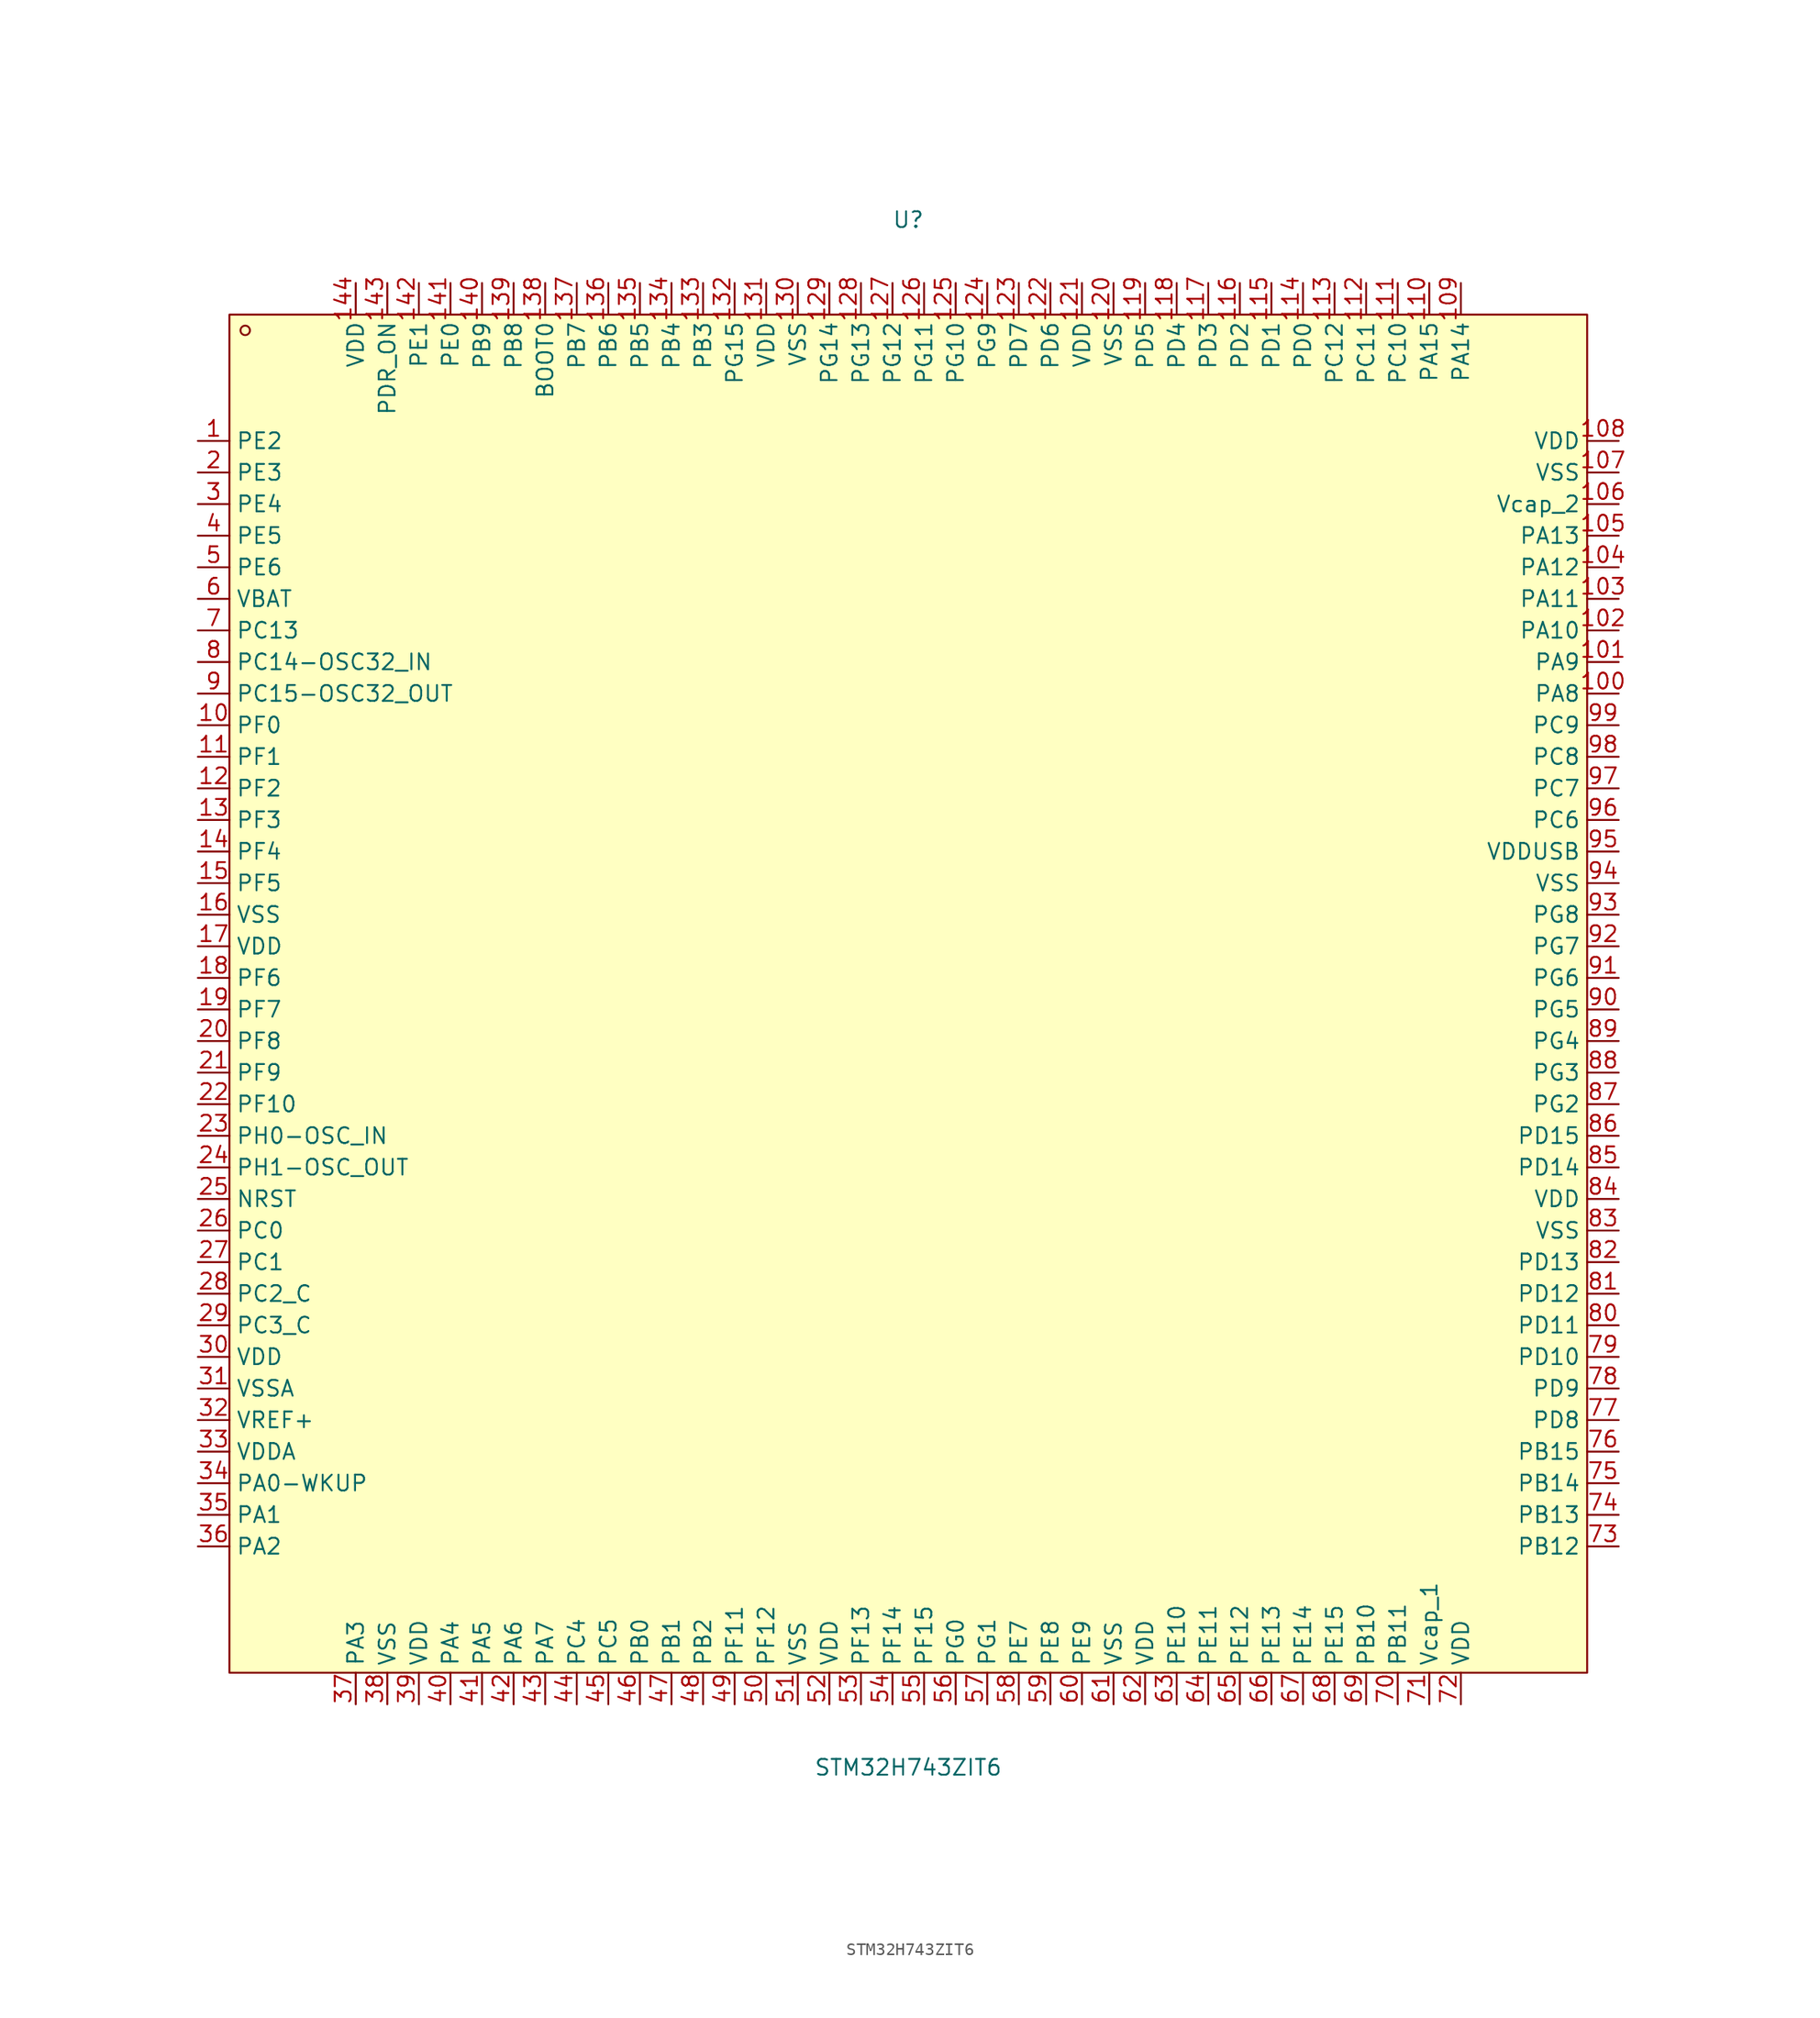
<source format=kicad_sym>
(kicad_symbol_lib
  (version 20231120)
  (generator "kicad_symbol_editor")
  (generator_version "8.0")
  (symbol "STM32H743ZIT6"
    (property "Reference" "U"
      (at 0 62.23 0)
      (effects (font (size 1.27 1.27))))
    (property "Value" "STM32H743ZIT6"
      (at 0 -62.23 0)
      (effects (font (size 1.27 1.27))))
    (symbol "STM32H743ZIT6_0_1"
      (rectangle (start -54.61 54.61) (end 54.61 -54.61) (stroke (width 0) (type default)) (fill (type background)))
      (circle (center -53.34 53.34) (radius 0.38) (stroke (width 0) (type default)) (fill (type none)))
      (pin unspecified line (at -57.15 44.45 0) (length 2.54) (name "PE2" (effects (font (size 1.27 1.27)))) (number "1" (effects (font (size 1.27 1.27)))))
      (pin unspecified line (at -57.15 21.59 0) (length 2.54) (name "PF0" (effects (font (size 1.27 1.27)))) (number "10" (effects (font (size 1.27 1.27)))))
      (pin unspecified line (at 57.15 24.13 180) (length 2.54) (name "PA8" (effects (font (size 1.27 1.27)))) (number "100" (effects (font (size 1.27 1.27)))))
      (pin unspecified line (at 57.15 26.67 180) (length 2.54) (name "PA9" (effects (font (size 1.27 1.27)))) (number "101" (effects (font (size 1.27 1.27)))))
      (pin unspecified line (at 57.15 29.21 180) (length 2.54) (name "PA10" (effects (font (size 1.27 1.27)))) (number "102" (effects (font (size 1.27 1.27)))))
      (pin unspecified line (at 57.15 31.75 180) (length 2.54) (name "PA11" (effects (font (size 1.27 1.27)))) (number "103" (effects (font (size 1.27 1.27)))))
      (pin unspecified line (at 57.15 34.29 180) (length 2.54) (name "PA12" (effects (font (size 1.27 1.27)))) (number "104" (effects (font (size 1.27 1.27)))))
      (pin unspecified line (at 57.15 36.83 180) (length 2.54) (name "PA13" (effects (font (size 1.27 1.27)))) (number "105" (effects (font (size 1.27 1.27)))))
      (pin unspecified line (at 57.15 39.37 180) (length 2.54) (name "Vcap_2" (effects (font (size 1.27 1.27)))) (number "106" (effects (font (size 1.27 1.27)))))
      (pin unspecified line (at 57.15 41.91 180) (length 2.54) (name "VSS" (effects (font (size 1.27 1.27)))) (number "107" (effects (font (size 1.27 1.27)))))
      (pin unspecified line (at 57.15 44.45 180) (length 2.54) (name "VDD" (effects (font (size 1.27 1.27)))) (number "108" (effects (font (size 1.27 1.27)))))
      (pin unspecified line (at 44.45 57.15 270) (length 2.54) (name "PA14" (effects (font (size 1.27 1.27)))) (number "109" (effects (font (size 1.27 1.27)))))
      (pin unspecified line (at -57.15 19.05 0) (length 2.54) (name "PF1" (effects (font (size 1.27 1.27)))) (number "11" (effects (font (size 1.27 1.27)))))
      (pin unspecified line (at 41.91 57.15 270) (length 2.54) (name "PA15" (effects (font (size 1.27 1.27)))) (number "110" (effects (font (size 1.27 1.27)))))
      (pin unspecified line (at 39.37 57.15 270) (length 2.54) (name "PC10" (effects (font (size 1.27 1.27)))) (number "111" (effects (font (size 1.27 1.27)))))
      (pin unspecified line (at 36.83 57.15 270) (length 2.54) (name "PC11" (effects (font (size 1.27 1.27)))) (number "112" (effects (font (size 1.27 1.27)))))
      (pin unspecified line (at 34.29 57.15 270) (length 2.54) (name "PC12" (effects (font (size 1.27 1.27)))) (number "113" (effects (font (size 1.27 1.27)))))
      (pin unspecified line (at 31.75 57.15 270) (length 2.54) (name "PD0" (effects (font (size 1.27 1.27)))) (number "114" (effects (font (size 1.27 1.27)))))
      (pin unspecified line (at 29.21 57.15 270) (length 2.54) (name "PD1" (effects (font (size 1.27 1.27)))) (number "115" (effects (font (size 1.27 1.27)))))
      (pin unspecified line (at 26.67 57.15 270) (length 2.54) (name "PD2" (effects (font (size 1.27 1.27)))) (number "116" (effects (font (size 1.27 1.27)))))
      (pin unspecified line (at 24.13 57.15 270) (length 2.54) (name "PD3" (effects (font (size 1.27 1.27)))) (number "117" (effects (font (size 1.27 1.27)))))
      (pin unspecified line (at 21.59 57.15 270) (length 2.54) (name "PD4" (effects (font (size 1.27 1.27)))) (number "118" (effects (font (size 1.27 1.27)))))
      (pin unspecified line (at 19.05 57.15 270) (length 2.54) (name "PD5" (effects (font (size 1.27 1.27)))) (number "119" (effects (font (size 1.27 1.27)))))
      (pin unspecified line (at -57.15 16.51 0) (length 2.54) (name "PF2" (effects (font (size 1.27 1.27)))) (number "12" (effects (font (size 1.27 1.27)))))
      (pin unspecified line (at 16.51 57.15 270) (length 2.54) (name "VSS" (effects (font (size 1.27 1.27)))) (number "120" (effects (font (size 1.27 1.27)))))
      (pin unspecified line (at 13.97 57.15 270) (length 2.54) (name "VDD" (effects (font (size 1.27 1.27)))) (number "121" (effects (font (size 1.27 1.27)))))
      (pin unspecified line (at 11.43 57.15 270) (length 2.54) (name "PD6" (effects (font (size 1.27 1.27)))) (number "122" (effects (font (size 1.27 1.27)))))
      (pin unspecified line (at 8.89 57.15 270) (length 2.54) (name "PD7" (effects (font (size 1.27 1.27)))) (number "123" (effects (font (size 1.27 1.27)))))
      (pin unspecified line (at 6.35 57.15 270) (length 2.54) (name "PG9" (effects (font (size 1.27 1.27)))) (number "124" (effects (font (size 1.27 1.27)))))
      (pin unspecified line (at 3.81 57.15 270) (length 2.54) (name "PG10" (effects (font (size 1.27 1.27)))) (number "125" (effects (font (size 1.27 1.27)))))
      (pin unspecified line (at 1.27 57.15 270) (length 2.54) (name "PG11" (effects (font (size 1.27 1.27)))) (number "126" (effects (font (size 1.27 1.27)))))
      (pin unspecified line (at -1.27 57.15 270) (length 2.54) (name "PG12" (effects (font (size 1.27 1.27)))) (number "127" (effects (font (size 1.27 1.27)))))
      (pin unspecified line (at -3.81 57.15 270) (length 2.54) (name "PG13" (effects (font (size 1.27 1.27)))) (number "128" (effects (font (size 1.27 1.27)))))
      (pin unspecified line (at -6.35 57.15 270) (length 2.54) (name "PG14" (effects (font (size 1.27 1.27)))) (number "129" (effects (font (size 1.27 1.27)))))
      (pin unspecified line (at -57.15 13.97 0) (length 2.54) (name "PF3" (effects (font (size 1.27 1.27)))) (number "13" (effects (font (size 1.27 1.27)))))
      (pin unspecified line (at -8.89 57.15 270) (length 2.54) (name "VSS" (effects (font (size 1.27 1.27)))) (number "130" (effects (font (size 1.27 1.27)))))
      (pin unspecified line (at -11.43 57.15 270) (length 2.54) (name "VDD" (effects (font (size 1.27 1.27)))) (number "131" (effects (font (size 1.27 1.27)))))
      (pin unspecified line (at -13.97 57.15 270) (length 2.54) (name "PG15" (effects (font (size 1.27 1.27)))) (number "132" (effects (font (size 1.27 1.27)))))
      (pin unspecified line (at -16.51 57.15 270) (length 2.54) (name "PB3" (effects (font (size 1.27 1.27)))) (number "133" (effects (font (size 1.27 1.27)))))
      (pin unspecified line (at -19.05 57.15 270) (length 2.54) (name "PB4" (effects (font (size 1.27 1.27)))) (number "134" (effects (font (size 1.27 1.27)))))
      (pin unspecified line (at -21.59 57.15 270) (length 2.54) (name "PB5" (effects (font (size 1.27 1.27)))) (number "135" (effects (font (size 1.27 1.27)))))
      (pin unspecified line (at -24.13 57.15 270) (length 2.54) (name "PB6" (effects (font (size 1.27 1.27)))) (number "136" (effects (font (size 1.27 1.27)))))
      (pin unspecified line (at -26.67 57.15 270) (length 2.54) (name "PB7" (effects (font (size 1.27 1.27)))) (number "137" (effects (font (size 1.27 1.27)))))
      (pin unspecified line (at -29.21 57.15 270) (length 2.54) (name "BOOT0" (effects (font (size 1.27 1.27)))) (number "138" (effects (font (size 1.27 1.27)))))
      (pin unspecified line (at -31.75 57.15 270) (length 2.54) (name "PB8" (effects (font (size 1.27 1.27)))) (number "139" (effects (font (size 1.27 1.27)))))
      (pin unspecified line (at -57.15 11.43 0) (length 2.54) (name "PF4" (effects (font (size 1.27 1.27)))) (number "14" (effects (font (size 1.27 1.27)))))
      (pin unspecified line (at -34.29 57.15 270) (length 2.54) (name "PB9" (effects (font (size 1.27 1.27)))) (number "140" (effects (font (size 1.27 1.27)))))
      (pin unspecified line (at -36.83 57.15 270) (length 2.54) (name "PE0" (effects (font (size 1.27 1.27)))) (number "141" (effects (font (size 1.27 1.27)))))
      (pin unspecified line (at -39.37 57.15 270) (length 2.54) (name "PE1" (effects (font (size 1.27 1.27)))) (number "142" (effects (font (size 1.27 1.27)))))
      (pin unspecified line (at -41.91 57.15 270) (length 2.54) (name "PDR_ON" (effects (font (size 1.27 1.27)))) (number "143" (effects (font (size 1.27 1.27)))))
      (pin unspecified line (at -44.45 57.15 270) (length 2.54) (name "VDD" (effects (font (size 1.27 1.27)))) (number "144" (effects (font (size 1.27 1.27)))))
      (pin unspecified line (at -57.15 8.89 0) (length 2.54) (name "PF5" (effects (font (size 1.27 1.27)))) (number "15" (effects (font (size 1.27 1.27)))))
      (pin unspecified line (at -57.15 6.35 0) (length 2.54) (name "VSS" (effects (font (size 1.27 1.27)))) (number "16" (effects (font (size 1.27 1.27)))))
      (pin unspecified line (at -57.15 3.81 0) (length 2.54) (name "VDD" (effects (font (size 1.27 1.27)))) (number "17" (effects (font (size 1.27 1.27)))))
      (pin unspecified line (at -57.15 1.27 0) (length 2.54) (name "PF6" (effects (font (size 1.27 1.27)))) (number "18" (effects (font (size 1.27 1.27)))))
      (pin unspecified line (at -57.15 -1.27 0) (length 2.54) (name "PF7" (effects (font (size 1.27 1.27)))) (number "19" (effects (font (size 1.27 1.27)))))
      (pin unspecified line (at -57.15 41.91 0) (length 2.54) (name "PE3" (effects (font (size 1.27 1.27)))) (number "2" (effects (font (size 1.27 1.27)))))
      (pin unspecified line (at -57.15 -3.81 0) (length 2.54) (name "PF8" (effects (font (size 1.27 1.27)))) (number "20" (effects (font (size 1.27 1.27)))))
      (pin unspecified line (at -57.15 -6.35 0) (length 2.54) (name "PF9" (effects (font (size 1.27 1.27)))) (number "21" (effects (font (size 1.27 1.27)))))
      (pin unspecified line (at -57.15 -8.89 0) (length 2.54) (name "PF10" (effects (font (size 1.27 1.27)))) (number "22" (effects (font (size 1.27 1.27)))))
      (pin unspecified line (at -57.15 -11.43 0) (length 2.54) (name "PH0-OSC_IN" (effects (font (size 1.27 1.27)))) (number "23" (effects (font (size 1.27 1.27)))))
      (pin unspecified line (at -57.15 -13.97 0) (length 2.54) (name "PH1-OSC_OUT" (effects (font (size 1.27 1.27)))) (number "24" (effects (font (size 1.27 1.27)))))
      (pin unspecified line (at -57.15 -16.51 0) (length 2.54) (name "NRST" (effects (font (size 1.27 1.27)))) (number "25" (effects (font (size 1.27 1.27)))))
      (pin unspecified line (at -57.15 -19.05 0) (length 2.54) (name "PC0" (effects (font (size 1.27 1.27)))) (number "26" (effects (font (size 1.27 1.27)))))
      (pin unspecified line (at -57.15 -21.59 0) (length 2.54) (name "PC1" (effects (font (size 1.27 1.27)))) (number "27" (effects (font (size 1.27 1.27)))))
      (pin unspecified line (at -57.15 -24.13 0) (length 2.54) (name "PC2_C" (effects (font (size 1.27 1.27)))) (number "28" (effects (font (size 1.27 1.27)))))
      (pin unspecified line (at -57.15 -26.67 0) (length 2.54) (name "PC3_C" (effects (font (size 1.27 1.27)))) (number "29" (effects (font (size 1.27 1.27)))))
      (pin unspecified line (at -57.15 39.37 0) (length 2.54) (name "PE4" (effects (font (size 1.27 1.27)))) (number "3" (effects (font (size 1.27 1.27)))))
      (pin unspecified line (at -57.15 -29.21 0) (length 2.54) (name "VDD" (effects (font (size 1.27 1.27)))) (number "30" (effects (font (size 1.27 1.27)))))
      (pin unspecified line (at -57.15 -31.75 0) (length 2.54) (name "VSSA" (effects (font (size 1.27 1.27)))) (number "31" (effects (font (size 1.27 1.27)))))
      (pin unspecified line (at -57.15 -34.29 0) (length 2.54) (name "VREF+" (effects (font (size 1.27 1.27)))) (number "32" (effects (font (size 1.27 1.27)))))
      (pin unspecified line (at -57.15 -36.83 0) (length 2.54) (name "VDDA" (effects (font (size 1.27 1.27)))) (number "33" (effects (font (size 1.27 1.27)))))
      (pin unspecified line (at -57.15 -39.37 0) (length 2.54) (name "PA0-WKUP" (effects (font (size 1.27 1.27)))) (number "34" (effects (font (size 1.27 1.27)))))
      (pin unspecified line (at -57.15 -41.91 0) (length 2.54) (name "PA1" (effects (font (size 1.27 1.27)))) (number "35" (effects (font (size 1.27 1.27)))))
      (pin unspecified line (at -57.15 -44.45 0) (length 2.54) (name "PA2" (effects (font (size 1.27 1.27)))) (number "36" (effects (font (size 1.27 1.27)))))
      (pin unspecified line (at -44.45 -57.15 90) (length 2.54) (name "PA3" (effects (font (size 1.27 1.27)))) (number "37" (effects (font (size 1.27 1.27)))))
      (pin unspecified line (at -41.91 -57.15 90) (length 2.54) (name "VSS" (effects (font (size 1.27 1.27)))) (number "38" (effects (font (size 1.27 1.27)))))
      (pin unspecified line (at -39.37 -57.15 90) (length 2.54) (name "VDD" (effects (font (size 1.27 1.27)))) (number "39" (effects (font (size 1.27 1.27)))))
      (pin unspecified line (at -57.15 36.83 0) (length 2.54) (name "PE5" (effects (font (size 1.27 1.27)))) (number "4" (effects (font (size 1.27 1.27)))))
      (pin unspecified line (at -36.83 -57.15 90) (length 2.54) (name "PA4" (effects (font (size 1.27 1.27)))) (number "40" (effects (font (size 1.27 1.27)))))
      (pin unspecified line (at -34.29 -57.15 90) (length 2.54) (name "PA5" (effects (font (size 1.27 1.27)))) (number "41" (effects (font (size 1.27 1.27)))))
      (pin unspecified line (at -31.75 -57.15 90) (length 2.54) (name "PA6" (effects (font (size 1.27 1.27)))) (number "42" (effects (font (size 1.27 1.27)))))
      (pin unspecified line (at -29.21 -57.15 90) (length 2.54) (name "PA7" (effects (font (size 1.27 1.27)))) (number "43" (effects (font (size 1.27 1.27)))))
      (pin unspecified line (at -26.67 -57.15 90) (length 2.54) (name "PC4" (effects (font (size 1.27 1.27)))) (number "44" (effects (font (size 1.27 1.27)))))
      (pin unspecified line (at -24.13 -57.15 90) (length 2.54) (name "PC5" (effects (font (size 1.27 1.27)))) (number "45" (effects (font (size 1.27 1.27)))))
      (pin unspecified line (at -21.59 -57.15 90) (length 2.54) (name "PB0" (effects (font (size 1.27 1.27)))) (number "46" (effects (font (size 1.27 1.27)))))
      (pin unspecified line (at -19.05 -57.15 90) (length 2.54) (name "PB1" (effects (font (size 1.27 1.27)))) (number "47" (effects (font (size 1.27 1.27)))))
      (pin unspecified line (at -16.51 -57.15 90) (length 2.54) (name "PB2" (effects (font (size 1.27 1.27)))) (number "48" (effects (font (size 1.27 1.27)))))
      (pin unspecified line (at -13.97 -57.15 90) (length 2.54) (name "PF11" (effects (font (size 1.27 1.27)))) (number "49" (effects (font (size 1.27 1.27)))))
      (pin unspecified line (at -57.15 34.29 0) (length 2.54) (name "PE6" (effects (font (size 1.27 1.27)))) (number "5" (effects (font (size 1.27 1.27)))))
      (pin unspecified line (at -11.43 -57.15 90) (length 2.54) (name "PF12" (effects (font (size 1.27 1.27)))) (number "50" (effects (font (size 1.27 1.27)))))
      (pin unspecified line (at -8.89 -57.15 90) (length 2.54) (name "VSS" (effects (font (size 1.27 1.27)))) (number "51" (effects (font (size 1.27 1.27)))))
      (pin unspecified line (at -6.35 -57.15 90) (length 2.54) (name "VDD" (effects (font (size 1.27 1.27)))) (number "52" (effects (font (size 1.27 1.27)))))
      (pin unspecified line (at -3.81 -57.15 90) (length 2.54) (name "PF13" (effects (font (size 1.27 1.27)))) (number "53" (effects (font (size 1.27 1.27)))))
      (pin unspecified line (at -1.27 -57.15 90) (length 2.54) (name "PF14" (effects (font (size 1.27 1.27)))) (number "54" (effects (font (size 1.27 1.27)))))
      (pin unspecified line (at 1.27 -57.15 90) (length 2.54) (name "PF15" (effects (font (size 1.27 1.27)))) (number "55" (effects (font (size 1.27 1.27)))))
      (pin unspecified line (at 3.81 -57.15 90) (length 2.54) (name "PG0" (effects (font (size 1.27 1.27)))) (number "56" (effects (font (size 1.27 1.27)))))
      (pin unspecified line (at 6.35 -57.15 90) (length 2.54) (name "PG1" (effects (font (size 1.27 1.27)))) (number "57" (effects (font (size 1.27 1.27)))))
      (pin unspecified line (at 8.89 -57.15 90) (length 2.54) (name "PE7" (effects (font (size 1.27 1.27)))) (number "58" (effects (font (size 1.27 1.27)))))
      (pin unspecified line (at 11.43 -57.15 90) (length 2.54) (name "PE8" (effects (font (size 1.27 1.27)))) (number "59" (effects (font (size 1.27 1.27)))))
      (pin unspecified line (at -57.15 31.75 0) (length 2.54) (name "VBAT" (effects (font (size 1.27 1.27)))) (number "6" (effects (font (size 1.27 1.27)))))
      (pin unspecified line (at 13.97 -57.15 90) (length 2.54) (name "PE9" (effects (font (size 1.27 1.27)))) (number "60" (effects (font (size 1.27 1.27)))))
      (pin unspecified line (at 16.51 -57.15 90) (length 2.54) (name "VSS" (effects (font (size 1.27 1.27)))) (number "61" (effects (font (size 1.27 1.27)))))
      (pin unspecified line (at 19.05 -57.15 90) (length 2.54) (name "VDD" (effects (font (size 1.27 1.27)))) (number "62" (effects (font (size 1.27 1.27)))))
      (pin unspecified line (at 21.59 -57.15 90) (length 2.54) (name "PE10" (effects (font (size 1.27 1.27)))) (number "63" (effects (font (size 1.27 1.27)))))
      (pin unspecified line (at 24.13 -57.15 90) (length 2.54) (name "PE11" (effects (font (size 1.27 1.27)))) (number "64" (effects (font (size 1.27 1.27)))))
      (pin unspecified line (at 26.67 -57.15 90) (length 2.54) (name "PE12" (effects (font (size 1.27 1.27)))) (number "65" (effects (font (size 1.27 1.27)))))
      (pin unspecified line (at 29.21 -57.15 90) (length 2.54) (name "PE13" (effects (font (size 1.27 1.27)))) (number "66" (effects (font (size 1.27 1.27)))))
      (pin unspecified line (at 31.75 -57.15 90) (length 2.54) (name "PE14" (effects (font (size 1.27 1.27)))) (number "67" (effects (font (size 1.27 1.27)))))
      (pin unspecified line (at 34.29 -57.15 90) (length 2.54) (name "PE15" (effects (font (size 1.27 1.27)))) (number "68" (effects (font (size 1.27 1.27)))))
      (pin unspecified line (at 36.83 -57.15 90) (length 2.54) (name "PB10" (effects (font (size 1.27 1.27)))) (number "69" (effects (font (size 1.27 1.27)))))
      (pin unspecified line (at -57.15 29.21 0) (length 2.54) (name "PC13" (effects (font (size 1.27 1.27)))) (number "7" (effects (font (size 1.27 1.27)))))
      (pin unspecified line (at 39.37 -57.15 90) (length 2.54) (name "PB11" (effects (font (size 1.27 1.27)))) (number "70" (effects (font (size 1.27 1.27)))))
      (pin unspecified line (at 41.91 -57.15 90) (length 2.54) (name "Vcap_1" (effects (font (size 1.27 1.27)))) (number "71" (effects (font (size 1.27 1.27)))))
      (pin unspecified line (at 44.45 -57.15 90) (length 2.54) (name "VDD" (effects (font (size 1.27 1.27)))) (number "72" (effects (font (size 1.27 1.27)))))
      (pin unspecified line (at 57.15 -44.45 180) (length 2.54) (name "PB12" (effects (font (size 1.27 1.27)))) (number "73" (effects (font (size 1.27 1.27)))))
      (pin unspecified line (at 57.15 -41.91 180) (length 2.54) (name "PB13" (effects (font (size 1.27 1.27)))) (number "74" (effects (font (size 1.27 1.27)))))
      (pin unspecified line (at 57.15 -39.37 180) (length 2.54) (name "PB14" (effects (font (size 1.27 1.27)))) (number "75" (effects (font (size 1.27 1.27)))))
      (pin unspecified line (at 57.15 -36.83 180) (length 2.54) (name "PB15" (effects (font (size 1.27 1.27)))) (number "76" (effects (font (size 1.27 1.27)))))
      (pin unspecified line (at 57.15 -34.29 180) (length 2.54) (name "PD8" (effects (font (size 1.27 1.27)))) (number "77" (effects (font (size 1.27 1.27)))))
      (pin unspecified line (at 57.15 -31.75 180) (length 2.54) (name "PD9" (effects (font (size 1.27 1.27)))) (number "78" (effects (font (size 1.27 1.27)))))
      (pin unspecified line (at 57.15 -29.21 180) (length 2.54) (name "PD10" (effects (font (size 1.27 1.27)))) (number "79" (effects (font (size 1.27 1.27)))))
      (pin unspecified line (at -57.15 26.67 0) (length 2.54) (name "PC14-OSC32_IN" (effects (font (size 1.27 1.27)))) (number "8" (effects (font (size 1.27 1.27)))))
      (pin unspecified line (at 57.15 -26.67 180) (length 2.54) (name "PD11" (effects (font (size 1.27 1.27)))) (number "80" (effects (font (size 1.27 1.27)))))
      (pin unspecified line (at 57.15 -24.13 180) (length 2.54) (name "PD12" (effects (font (size 1.27 1.27)))) (number "81" (effects (font (size 1.27 1.27)))))
      (pin unspecified line (at 57.15 -21.59 180) (length 2.54) (name "PD13" (effects (font (size 1.27 1.27)))) (number "82" (effects (font (size 1.27 1.27)))))
      (pin unspecified line (at 57.15 -19.05 180) (length 2.54) (name "VSS" (effects (font (size 1.27 1.27)))) (number "83" (effects (font (size 1.27 1.27)))))
      (pin unspecified line (at 57.15 -16.51 180) (length 2.54) (name "VDD" (effects (font (size 1.27 1.27)))) (number "84" (effects (font (size 1.27 1.27)))))
      (pin unspecified line (at 57.15 -13.97 180) (length 2.54) (name "PD14" (effects (font (size 1.27 1.27)))) (number "85" (effects (font (size 1.27 1.27)))))
      (pin unspecified line (at 57.15 -11.43 180) (length 2.54) (name "PD15" (effects (font (size 1.27 1.27)))) (number "86" (effects (font (size 1.27 1.27)))))
      (pin unspecified line (at 57.15 -8.89 180) (length 2.54) (name "PG2" (effects (font (size 1.27 1.27)))) (number "87" (effects (font (size 1.27 1.27)))))
      (pin unspecified line (at 57.15 -6.35 180) (length 2.54) (name "PG3" (effects (font (size 1.27 1.27)))) (number "88" (effects (font (size 1.27 1.27)))))
      (pin unspecified line (at 57.15 -3.81 180) (length 2.54) (name "PG4" (effects (font (size 1.27 1.27)))) (number "89" (effects (font (size 1.27 1.27)))))
      (pin unspecified line (at -57.15 24.13 0) (length 2.54) (name "PC15-OSC32_OUT" (effects (font (size 1.27 1.27)))) (number "9" (effects (font (size 1.27 1.27)))))
      (pin unspecified line (at 57.15 -1.27 180) (length 2.54) (name "PG5" (effects (font (size 1.27 1.27)))) (number "90" (effects (font (size 1.27 1.27)))))
      (pin unspecified line (at 57.15 1.27 180) (length 2.54) (name "PG6" (effects (font (size 1.27 1.27)))) (number "91" (effects (font (size 1.27 1.27)))))
      (pin unspecified line (at 57.15 3.81 180) (length 2.54) (name "PG7" (effects (font (size 1.27 1.27)))) (number "92" (effects (font (size 1.27 1.27)))))
      (pin unspecified line (at 57.15 6.35 180) (length 2.54) (name "PG8" (effects (font (size 1.27 1.27)))) (number "93" (effects (font (size 1.27 1.27)))))
      (pin unspecified line (at 57.15 8.89 180) (length 2.54) (name "VSS" (effects (font (size 1.27 1.27)))) (number "94" (effects (font (size 1.27 1.27)))))
      (pin unspecified line (at 57.15 11.43 180) (length 2.54) (name "VDDUSB" (effects (font (size 1.27 1.27)))) (number "95" (effects (font (size 1.27 1.27)))))
      (pin unspecified line (at 57.15 13.97 180) (length 2.54) (name "PC6" (effects (font (size 1.27 1.27)))) (number "96" (effects (font (size 1.27 1.27)))))
      (pin unspecified line (at 57.15 16.51 180) (length 2.54) (name "PC7" (effects (font (size 1.27 1.27)))) (number "97" (effects (font (size 1.27 1.27)))))
      (pin unspecified line (at 57.15 19.05 180) (length 2.54) (name "PC8" (effects (font (size 1.27 1.27)))) (number "98" (effects (font (size 1.27 1.27)))))
      (pin unspecified line (at 57.15 21.59 180) (length 2.54) (name "PC9" (effects (font (size 1.27 1.27)))) (number "99" (effects (font (size 1.27 1.27))))))))
</source>
